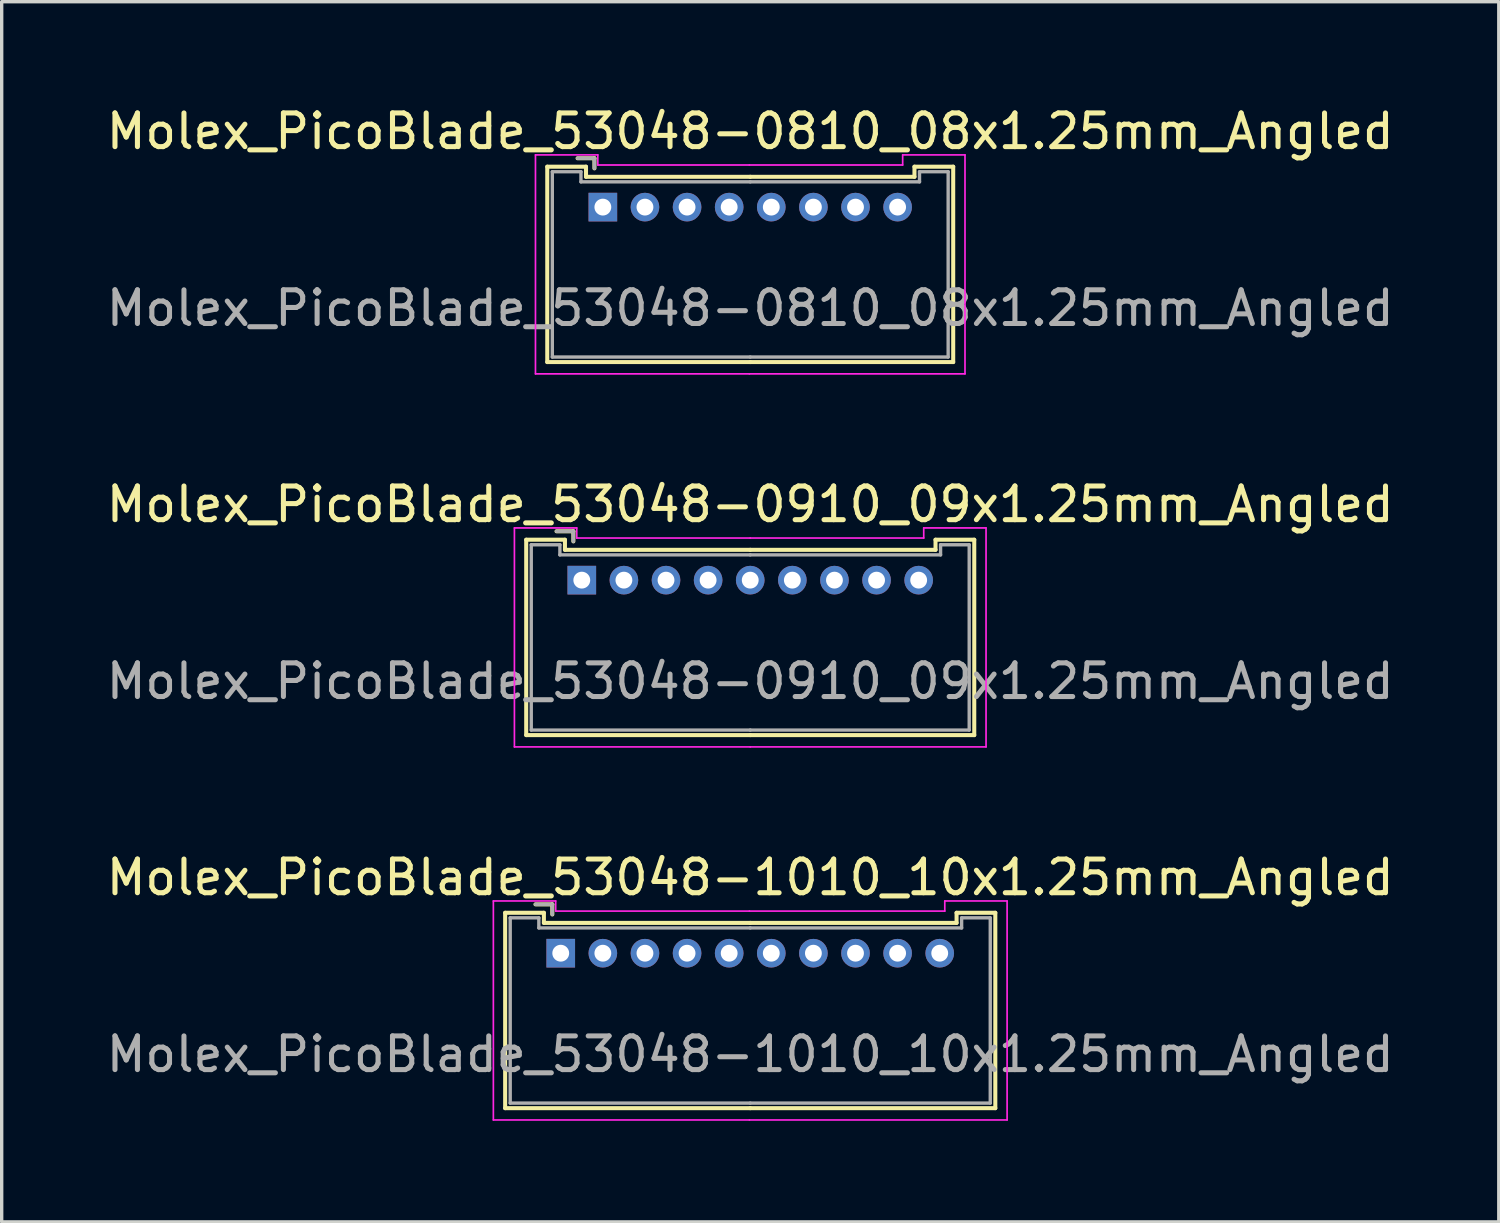
<source format=kicad_pcb>
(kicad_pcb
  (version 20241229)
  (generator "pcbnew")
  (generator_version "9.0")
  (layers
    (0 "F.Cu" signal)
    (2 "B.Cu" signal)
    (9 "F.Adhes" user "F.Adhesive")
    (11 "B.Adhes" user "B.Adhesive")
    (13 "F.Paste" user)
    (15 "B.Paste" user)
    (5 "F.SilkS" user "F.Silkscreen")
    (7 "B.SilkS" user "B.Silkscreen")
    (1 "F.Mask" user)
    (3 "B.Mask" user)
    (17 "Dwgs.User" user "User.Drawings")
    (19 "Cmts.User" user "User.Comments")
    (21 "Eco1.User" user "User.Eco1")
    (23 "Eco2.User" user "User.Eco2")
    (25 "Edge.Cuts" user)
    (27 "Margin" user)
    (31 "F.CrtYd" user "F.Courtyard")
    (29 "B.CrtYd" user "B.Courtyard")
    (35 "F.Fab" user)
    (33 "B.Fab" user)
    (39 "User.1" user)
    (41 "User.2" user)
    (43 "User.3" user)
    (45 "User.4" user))
  (footprint "Molex_PicoBlade_53048-0910_09x1.25mm_Angled"
    (layer "F.Cu")
    (at 14.22 14.171)
    (property "Reference" "Molex_PicoBlade_53048-0910_09x1.25mm_Angled" (at 5 -2.25 0) (layer "F.SilkS") (effects (font (size 1 1) (thickness 0.15))))
    (attr through_hole)
    (fp_line (start -1.65 -1.2) (end -1.65 4.6) (stroke (width 0.12) (type solid)) (layer "F.SilkS"))
    (fp_line (start -1.65 4.6) (end 5 4.6) (stroke (width 0.12) (type solid)) (layer "F.SilkS"))
    (fp_line (start -0.5 -1.2) (end -1.65 -1.2) (stroke (width 0.12) (type solid)) (layer "F.SilkS"))
    (fp_line (start -0.5 -0.9) (end -0.5 -1.2) (stroke (width 0.12) (type solid)) (layer "F.SilkS"))
    (fp_line (start -0.25 -1.45) (end -0.75 -1.45) (stroke (width 0.12) (type solid)) (layer "F.SilkS"))
    (fp_line (start -0.25 -1.15) (end -0.25 -1.45) (stroke (width 0.12) (type solid)) (layer "F.SilkS"))
    (fp_line (start 5 -0.9) (end -0.5 -0.9) (stroke (width 0.12) (type solid)) (layer "F.SilkS"))
    (fp_line (start 5 -0.9) (end 10.5 -0.9) (stroke (width 0.12) (type solid)) (layer "F.SilkS"))
    (fp_line (start 10.5 -1.2) (end 11.65 -1.2) (stroke (width 0.12) (type solid)) (layer "F.SilkS"))
    (fp_line (start 10.5 -0.9) (end 10.5 -1.2) (stroke (width 0.12) (type solid)) (layer "F.SilkS"))
    (fp_line (start 11.65 -1.2) (end 11.65 4.6) (stroke (width 0.12) (type solid)) (layer "F.SilkS"))
    (fp_line (start 11.65 4.6) (end 5 4.6) (stroke (width 0.12) (type solid)) (layer "F.SilkS"))
    (fp_line (start -2 -1.55) (end -2 4.95) (stroke (width 0.05) (type solid)) (layer "F.CrtYd"))
    (fp_line (start -2 4.95) (end 5 4.95) (stroke (width 0.05) (type solid)) (layer "F.CrtYd"))
    (fp_line (start -0.15 -1.55) (end -2 -1.55) (stroke (width 0.05) (type solid)) (layer "F.CrtYd"))
    (fp_line (start -0.15 -1.25) (end -0.15 -1.55) (stroke (width 0.05) (type solid)) (layer "F.CrtYd"))
    (fp_line (start 5 -1.25) (end -0.15 -1.25) (stroke (width 0.05) (type solid)) (layer "F.CrtYd"))
    (fp_line (start 5 -1.25) (end 10.15 -1.25) (stroke (width 0.05) (type solid)) (layer "F.CrtYd"))
    (fp_line (start 10.15 -1.55) (end 12 -1.55) (stroke (width 0.05) (type solid)) (layer "F.CrtYd"))
    (fp_line (start 10.15 -1.25) (end 10.15 -1.55) (stroke (width 0.05) (type solid)) (layer "F.CrtYd"))
    (fp_line (start 12 -1.55) (end 12 4.95) (stroke (width 0.05) (type solid)) (layer "F.CrtYd"))
    (fp_line (start 12 4.95) (end 5 4.95) (stroke (width 0.05) (type solid)) (layer "F.CrtYd"))
    (fp_line (start -1.5 -1.05) (end -1.5 4.45) (stroke (width 0.1) (type solid)) (layer "F.Fab"))
    (fp_line (start -1.5 4.45) (end 5 4.45) (stroke (width 0.1) (type solid)) (layer "F.Fab"))
    (fp_line (start -0.65 -1.05) (end -1.5 -1.05) (stroke (width 0.1) (type solid)) (layer "F.Fab"))
    (fp_line (start -0.65 -0.75) (end -0.65 -1.05) (stroke (width 0.1) (type solid)) (layer "F.Fab"))
    (fp_line (start -0.25 -1.45) (end -0.75 -1.45) (stroke (width 0.1) (type solid)) (layer "F.Fab"))
    (fp_line (start -0.25 -1.15) (end -0.25 -1.45) (stroke (width 0.1) (type solid)) (layer "F.Fab"))
    (fp_line (start 5 -0.75) (end -0.65 -0.75) (stroke (width 0.1) (type solid)) (layer "F.Fab"))
    (fp_line (start 5 -0.75) (end 10.65 -0.75) (stroke (width 0.1) (type solid)) (layer "F.Fab"))
    (fp_line (start 10.65 -1.05) (end 11.5 -1.05) (stroke (width 0.1) (type solid)) (layer "F.Fab"))
    (fp_line (start 10.65 -0.75) (end 10.65 -1.05) (stroke (width 0.1) (type solid)) (layer "F.Fab"))
    (fp_line (start 11.5 -1.05) (end 11.5 4.45) (stroke (width 0.1) (type solid)) (layer "F.Fab"))
    (fp_line (start 11.5 4.45) (end 5 4.45) (stroke (width 0.1) (type solid)) (layer "F.Fab"))
    (fp_text user "${REFERENCE}" (at 5 3 0) (layer "F.Fab") (effects (font (size 1 1) (thickness 0.15))))
    (pad "1" thru_hole rect (at 0 0) (size 0.85 0.85) (drill 0.5) (layers "*.Cu" "*.Mask"))
    (pad "2" thru_hole circle (at 1.25 0) (size 0.85 0.85) (drill 0.5) (layers "*.Cu" "*.Mask"))
    (pad "3" thru_hole circle (at 2.5 0) (size 0.85 0.85) (drill 0.5) (layers "*.Cu" "*.Mask"))
    (pad "4" thru_hole circle (at 3.75 0) (size 0.85 0.85) (drill 0.5) (layers "*.Cu" "*.Mask"))
    (pad "5" thru_hole circle (at 5 0) (size 0.85 0.85) (drill 0.5) (layers "*.Cu" "*.Mask"))
    (pad "6" thru_hole circle (at 6.25 0) (size 0.85 0.85) (drill 0.5) (layers "*.Cu" "*.Mask"))
    (pad "7" thru_hole circle (at 7.5 0) (size 0.85 0.85) (drill 0.5) (layers "*.Cu" "*.Mask"))
    (pad "8" thru_hole circle (at 8.75 0) (size 0.85 0.85) (drill 0.5) (layers "*.Cu" "*.Mask"))
    (pad "9" thru_hole circle (at 10 0) (size 0.85 0.85) (drill 0.5) (layers "*.Cu" "*.Mask")))
  (footprint "Molex_PicoBlade_53048-0810_08x1.25mm_Angled"
    (layer "F.Cu")
    (at 14.845 3.098)
    (property "Reference" "Molex_PicoBlade_53048-0810_08x1.25mm_Angled" (at 4.375 -2.25 0) (layer "F.SilkS") (effects (font (size 1 1) (thickness 0.15))))
    (attr through_hole)
    (fp_line (start -1.65 -1.2) (end -1.65 4.6) (stroke (width 0.12) (type solid)) (layer "F.SilkS"))
    (fp_line (start -1.65 4.6) (end 4.375 4.6) (stroke (width 0.12) (type solid)) (layer "F.SilkS"))
    (fp_line (start -0.5 -1.2) (end -1.65 -1.2) (stroke (width 0.12) (type solid)) (layer "F.SilkS"))
    (fp_line (start -0.5 -0.9) (end -0.5 -1.2) (stroke (width 0.12) (type solid)) (layer "F.SilkS"))
    (fp_line (start -0.25 -1.45) (end -0.75 -1.45) (stroke (width 0.12) (type solid)) (layer "F.SilkS"))
    (fp_line (start -0.25 -1.15) (end -0.25 -1.45) (stroke (width 0.12) (type solid)) (layer "F.SilkS"))
    (fp_line (start 4.375 -0.9) (end -0.5 -0.9) (stroke (width 0.12) (type solid)) (layer "F.SilkS"))
    (fp_line (start 4.375 -0.9) (end 9.25 -0.9) (stroke (width 0.12) (type solid)) (layer "F.SilkS"))
    (fp_line (start 9.25 -1.2) (end 10.4 -1.2) (stroke (width 0.12) (type solid)) (layer "F.SilkS"))
    (fp_line (start 9.25 -0.9) (end 9.25 -1.2) (stroke (width 0.12) (type solid)) (layer "F.SilkS"))
    (fp_line (start 10.4 -1.2) (end 10.4 4.6) (stroke (width 0.12) (type solid)) (layer "F.SilkS"))
    (fp_line (start 10.4 4.6) (end 4.375 4.6) (stroke (width 0.12) (type solid)) (layer "F.SilkS"))
    (fp_line (start -2 -1.55) (end -2 4.95) (stroke (width 0.05) (type solid)) (layer "F.CrtYd"))
    (fp_line (start -2 4.95) (end 4.35 4.95) (stroke (width 0.05) (type solid)) (layer "F.CrtYd"))
    (fp_line (start -0.15 -1.55) (end -2 -1.55) (stroke (width 0.05) (type solid)) (layer "F.CrtYd"))
    (fp_line (start -0.15 -1.25) (end -0.15 -1.55) (stroke (width 0.05) (type solid)) (layer "F.CrtYd"))
    (fp_line (start 4.35 -1.25) (end -0.15 -1.25) (stroke (width 0.05) (type solid)) (layer "F.CrtYd"))
    (fp_line (start 4.35 -1.25) (end 8.9 -1.25) (stroke (width 0.05) (type solid)) (layer "F.CrtYd"))
    (fp_line (start 8.9 -1.55) (end 10.75 -1.55) (stroke (width 0.05) (type solid)) (layer "F.CrtYd"))
    (fp_line (start 8.9 -1.25) (end 8.9 -1.55) (stroke (width 0.05) (type solid)) (layer "F.CrtYd"))
    (fp_line (start 10.75 -1.55) (end 10.75 4.95) (stroke (width 0.05) (type solid)) (layer "F.CrtYd"))
    (fp_line (start 10.75 4.95) (end 4.35 4.95) (stroke (width 0.05) (type solid)) (layer "F.CrtYd"))
    (fp_line (start -1.5 -1.05) (end -1.5 4.45) (stroke (width 0.1) (type solid)) (layer "F.Fab"))
    (fp_line (start -1.5 4.45) (end 4.375 4.45) (stroke (width 0.1) (type solid)) (layer "F.Fab"))
    (fp_line (start -0.65 -1.05) (end -1.5 -1.05) (stroke (width 0.1) (type solid)) (layer "F.Fab"))
    (fp_line (start -0.65 -0.75) (end -0.65 -1.05) (stroke (width 0.1) (type solid)) (layer "F.Fab"))
    (fp_line (start -0.25 -1.45) (end -0.75 -1.45) (stroke (width 0.1) (type solid)) (layer "F.Fab"))
    (fp_line (start -0.25 -1.15) (end -0.25 -1.45) (stroke (width 0.1) (type solid)) (layer "F.Fab"))
    (fp_line (start 4.375 -0.75) (end -0.65 -0.75) (stroke (width 0.1) (type solid)) (layer "F.Fab"))
    (fp_line (start 4.375 -0.75) (end 9.4 -0.75) (stroke (width 0.1) (type solid)) (layer "F.Fab"))
    (fp_line (start 9.4 -1.05) (end 10.25 -1.05) (stroke (width 0.1) (type solid)) (layer "F.Fab"))
    (fp_line (start 9.4 -0.75) (end 9.4 -1.05) (stroke (width 0.1) (type solid)) (layer "F.Fab"))
    (fp_line (start 10.25 -1.05) (end 10.25 4.45) (stroke (width 0.1) (type solid)) (layer "F.Fab"))
    (fp_line (start 10.25 4.45) (end 4.375 4.45) (stroke (width 0.1) (type solid)) (layer "F.Fab"))
    (fp_text user "${REFERENCE}" (at 4.375 3 0) (layer "F.Fab") (effects (font (size 1 1) (thickness 0.15))))
    (pad "1" thru_hole rect (at 0 0) (size 0.85 0.85) (drill 0.5) (layers "*.Cu" "*.Mask"))
    (pad "2" thru_hole circle (at 1.25 0) (size 0.85 0.85) (drill 0.5) (layers "*.Cu" "*.Mask"))
    (pad "3" thru_hole circle (at 2.5 0) (size 0.85 0.85) (drill 0.5) (layers "*.Cu" "*.Mask"))
    (pad "4" thru_hole circle (at 3.75 0) (size 0.85 0.85) (drill 0.5) (layers "*.Cu" "*.Mask"))
    (pad "5" thru_hole circle (at 5 0) (size 0.85 0.85) (drill 0.5) (layers "*.Cu" "*.Mask"))
    (pad "6" thru_hole circle (at 6.25 0) (size 0.85 0.85) (drill 0.5) (layers "*.Cu" "*.Mask"))
    (pad "7" thru_hole circle (at 7.5 0) (size 0.85 0.85) (drill 0.5) (layers "*.Cu" "*.Mask"))
    (pad "8" thru_hole circle (at 8.75 0) (size 0.85 0.85) (drill 0.5) (layers "*.Cu" "*.Mask")))
  (footprint "Molex_PicoBlade_53048-1010_10x1.25mm_Angled"
    (layer "F.Cu")
    (at 13.595 25.245)
    (property "Reference" "Molex_PicoBlade_53048-1010_10x1.25mm_Angled" (at 5.625 -2.25 0) (layer "F.SilkS") (effects (font (size 1 1) (thickness 0.15))))
    (attr through_hole)
    (fp_line (start -1.65 -1.2) (end -1.65 4.6) (stroke (width 0.12) (type solid)) (layer "F.SilkS"))
    (fp_line (start -1.65 4.6) (end 5.625 4.6) (stroke (width 0.12) (type solid)) (layer "F.SilkS"))
    (fp_line (start -0.5 -1.2) (end -1.65 -1.2) (stroke (width 0.12) (type solid)) (layer "F.SilkS"))
    (fp_line (start -0.5 -0.9) (end -0.5 -1.2) (stroke (width 0.12) (type solid)) (layer "F.SilkS"))
    (fp_line (start -0.25 -1.45) (end -0.75 -1.45) (stroke (width 0.12) (type solid)) (layer "F.SilkS"))
    (fp_line (start -0.25 -1.15) (end -0.25 -1.45) (stroke (width 0.12) (type solid)) (layer "F.SilkS"))
    (fp_line (start 5.625 -0.9) (end -0.5 -0.9) (stroke (width 0.12) (type solid)) (layer "F.SilkS"))
    (fp_line (start 5.625 -0.9) (end 11.75 -0.9) (stroke (width 0.12) (type solid)) (layer "F.SilkS"))
    (fp_line (start 11.75 -1.2) (end 12.9 -1.2) (stroke (width 0.12) (type solid)) (layer "F.SilkS"))
    (fp_line (start 11.75 -0.9) (end 11.75 -1.2) (stroke (width 0.12) (type solid)) (layer "F.SilkS"))
    (fp_line (start 12.9 -1.2) (end 12.9 4.6) (stroke (width 0.12) (type solid)) (layer "F.SilkS"))
    (fp_line (start 12.9 4.6) (end 5.625 4.6) (stroke (width 0.12) (type solid)) (layer "F.SilkS"))
    (fp_line (start -2 -1.55) (end -2 4.95) (stroke (width 0.05) (type solid)) (layer "F.CrtYd"))
    (fp_line (start -2 4.95) (end 5.6 4.95) (stroke (width 0.05) (type solid)) (layer "F.CrtYd"))
    (fp_line (start -0.15 -1.55) (end -2 -1.55) (stroke (width 0.05) (type solid)) (layer "F.CrtYd"))
    (fp_line (start -0.15 -1.25) (end -0.15 -1.55) (stroke (width 0.05) (type solid)) (layer "F.CrtYd"))
    (fp_line (start 5.6 -1.25) (end -0.15 -1.25) (stroke (width 0.05) (type solid)) (layer "F.CrtYd"))
    (fp_line (start 5.6 -1.25) (end 11.4 -1.25) (stroke (width 0.05) (type solid)) (layer "F.CrtYd"))
    (fp_line (start 11.4 -1.55) (end 13.25 -1.55) (stroke (width 0.05) (type solid)) (layer "F.CrtYd"))
    (fp_line (start 11.4 -1.25) (end 11.4 -1.55) (stroke (width 0.05) (type solid)) (layer "F.CrtYd"))
    (fp_line (start 13.25 -1.55) (end 13.25 4.95) (stroke (width 0.05) (type solid)) (layer "F.CrtYd"))
    (fp_line (start 13.25 4.95) (end 5.6 4.95) (stroke (width 0.05) (type solid)) (layer "F.CrtYd"))
    (fp_line (start -1.5 -1.05) (end -1.5 4.45) (stroke (width 0.1) (type solid)) (layer "F.Fab"))
    (fp_line (start -1.5 4.45) (end 5.625 4.45) (stroke (width 0.1) (type solid)) (layer "F.Fab"))
    (fp_line (start -0.65 -1.05) (end -1.5 -1.05) (stroke (width 0.1) (type solid)) (layer "F.Fab"))
    (fp_line (start -0.65 -0.75) (end -0.65 -1.05) (stroke (width 0.1) (type solid)) (layer "F.Fab"))
    (fp_line (start -0.25 -1.45) (end -0.75 -1.45) (stroke (width 0.1) (type solid)) (layer "F.Fab"))
    (fp_line (start -0.25 -1.15) (end -0.25 -1.45) (stroke (width 0.1) (type solid)) (layer "F.Fab"))
    (fp_line (start 5.625 -0.75) (end -0.65 -0.75) (stroke (width 0.1) (type solid)) (layer "F.Fab"))
    (fp_line (start 5.625 -0.75) (end 11.9 -0.75) (stroke (width 0.1) (type solid)) (layer "F.Fab"))
    (fp_line (start 11.9 -1.05) (end 12.75 -1.05) (stroke (width 0.1) (type solid)) (layer "F.Fab"))
    (fp_line (start 11.9 -0.75) (end 11.9 -1.05) (stroke (width 0.1) (type solid)) (layer "F.Fab"))
    (fp_line (start 12.75 -1.05) (end 12.75 4.45) (stroke (width 0.1) (type solid)) (layer "F.Fab"))
    (fp_line (start 12.75 4.45) (end 5.625 4.45) (stroke (width 0.1) (type solid)) (layer "F.Fab"))
    (fp_text user "${REFERENCE}" (at 5.625 3 0) (layer "F.Fab") (effects (font (size 1 1) (thickness 0.15))))
    (pad "1" thru_hole rect (at 0 0) (size 0.85 0.85) (drill 0.5) (layers "*.Cu" "*.Mask"))
    (pad "2" thru_hole circle (at 1.25 0) (size 0.85 0.85) (drill 0.5) (layers "*.Cu" "*.Mask"))
    (pad "3" thru_hole circle (at 2.5 0) (size 0.85 0.85) (drill 0.5) (layers "*.Cu" "*.Mask"))
    (pad "4" thru_hole circle (at 3.75 0) (size 0.85 0.85) (drill 0.5) (layers "*.Cu" "*.Mask"))
    (pad "5" thru_hole circle (at 5 0) (size 0.85 0.85) (drill 0.5) (layers "*.Cu" "*.Mask"))
    (pad "6" thru_hole circle (at 6.25 0) (size 0.85 0.85) (drill 0.5) (layers "*.Cu" "*.Mask"))
    (pad "7" thru_hole circle (at 7.5 0) (size 0.85 0.85) (drill 0.5) (layers "*.Cu" "*.Mask"))
    (pad "8" thru_hole circle (at 8.75 0) (size 0.85 0.85) (drill 0.5) (layers "*.Cu" "*.Mask"))
    (pad "9" thru_hole circle (at 10 0) (size 0.85 0.85) (drill 0.5) (layers "*.Cu" "*.Mask"))
    (pad "10" thru_hole circle (at 11.25 0) (size 0.85 0.85) (drill 0.5) (layers "*.Cu" "*.Mask")))
  (gr_rect
    (start -3 -3)
    (end 41.44 33.22)
    (stroke (width 0.1) (type default))
    (fill no)
    (layer "Edge.Cuts")))
</source>
